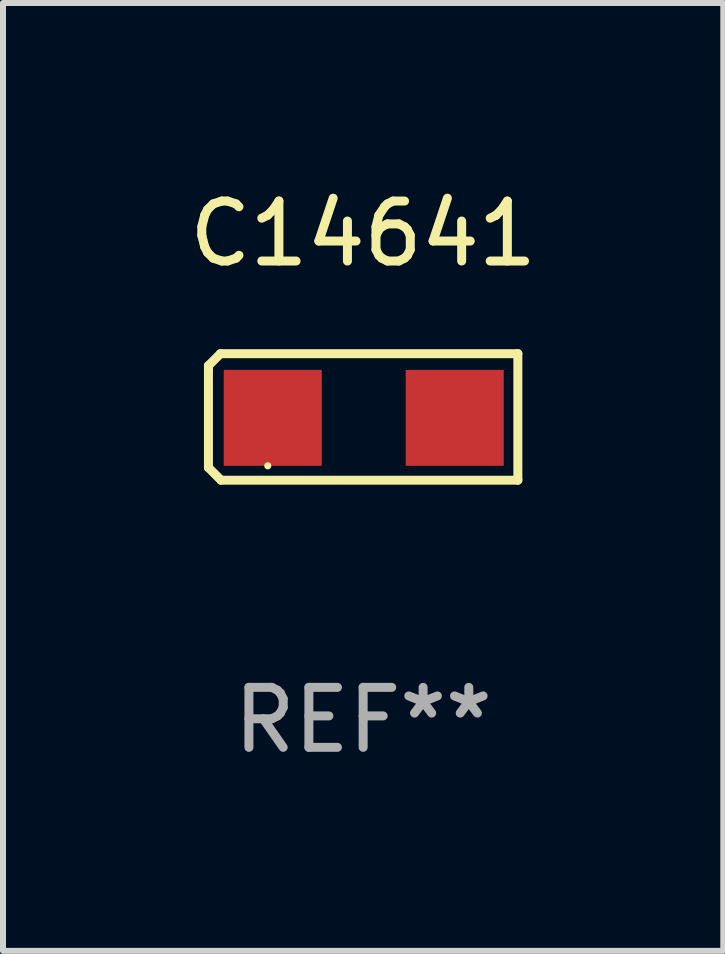
<source format=kicad_pcb>
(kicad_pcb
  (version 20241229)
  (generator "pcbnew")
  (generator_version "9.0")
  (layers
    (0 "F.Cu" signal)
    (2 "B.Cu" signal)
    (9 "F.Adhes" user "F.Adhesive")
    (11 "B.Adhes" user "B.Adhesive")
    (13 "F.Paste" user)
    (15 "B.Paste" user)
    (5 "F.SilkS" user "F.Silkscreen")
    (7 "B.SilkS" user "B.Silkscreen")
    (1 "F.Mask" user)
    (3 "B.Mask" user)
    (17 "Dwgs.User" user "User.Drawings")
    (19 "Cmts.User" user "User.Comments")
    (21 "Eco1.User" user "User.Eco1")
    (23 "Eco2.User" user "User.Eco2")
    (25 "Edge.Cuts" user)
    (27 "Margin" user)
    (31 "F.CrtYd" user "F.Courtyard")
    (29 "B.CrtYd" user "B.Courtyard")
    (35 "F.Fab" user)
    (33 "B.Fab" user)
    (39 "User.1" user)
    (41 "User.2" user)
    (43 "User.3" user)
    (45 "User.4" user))
  (footprint "C14641"
    (layer "F.Cu")
    (at 3.006 3.903)
    (property "Reference" "C14641" (at 0 -3.055 0) (layer "F.SilkS") (effects (font (size 1 1) (thickness 0.15))))
    (attr through_hole)
    (fp_line (start -2.58 -0.855) (end -2.38 -1.055) (stroke (width 0.15) (type solid)) (layer "F.SilkS"))
    (fp_line (start -2.58 -0.775) (end -2.58 -0.855) (stroke (width 0.15) (type solid)) (layer "F.SilkS"))
    (fp_line (start -2.58 -0.775) (end -2.58 0.845) (stroke (width 0.15) (type solid)) (layer "F.SilkS"))
    (fp_line (start -2.58 0.845) (end -2.37 1.055) (stroke (width 0.15) (type solid)) (layer "F.SilkS"))
    (fp_line (start -2.38 -1.055) (end 2.58 -1.055) (stroke (width 0.15) (type solid)) (layer "F.SilkS"))
    (fp_line (start 2.58 -1.055) (end 2.58 1.055) (stroke (width 0.15) (type solid)) (layer "F.SilkS"))
    (fp_line (start 2.58 1.055) (end -2.37 1.055) (stroke (width 0.15) (type solid)) (layer "F.SilkS"))
    (fp_circle (center -1.59 0.815) (end -1.56 0.815) (stroke (width 0.06) (type solid)) (fill no) (layer "F.SilkS"))
    (fp_text user "REF**" (at 0 5.055 0) (layer "F.Fab") (effects (font (size 1 1) (thickness 0.15))))
    (pad "1" smd rect (at -1.507 0.015) (size 1.635 1.6) (layers "F.Cu" "F.Mask" "F.Paste"))
    (pad "2" smd rect (at 1.527 0.015) (size 1.635 1.6) (layers "F.Cu" "F.Mask" "F.Paste")))
  (gr_rect
    (start -3 -3)
    (end 9.012 12.807)
    (stroke (width 0.1) (type default))
    (fill no)
    (layer "Edge.Cuts")))
</source>
